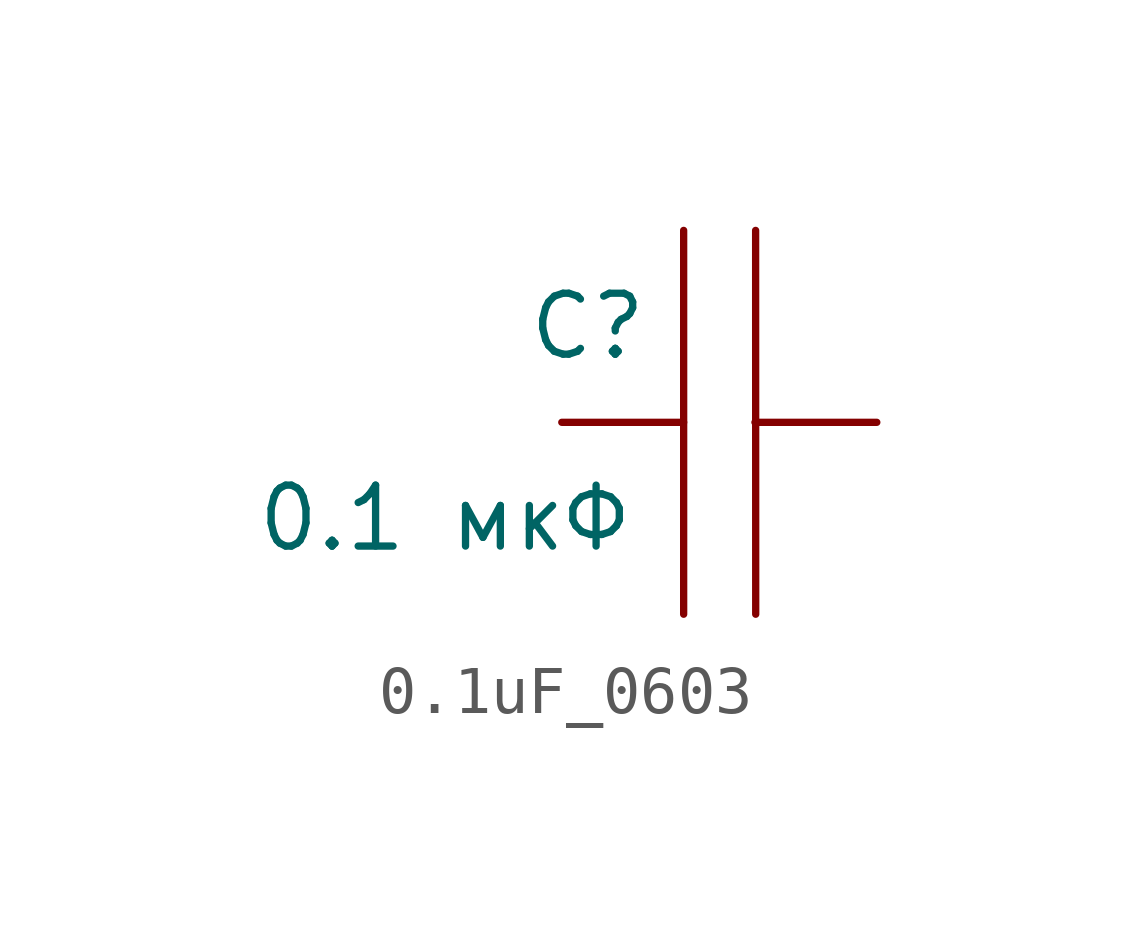
<source format=kicad_sym>
(kicad_symbol_lib
  (version 20231120)
  (generator "kicad_symbol_editor")
  (generator_version "8.0")
  (symbol "0.1uF_0603"
    (property "Reference" "C"
      (at -2 2 0)
      (effects (font (size 1.27 1.27))))
    (property "Value" "0.1 мкФ"
      (at -5 -2 0)
      (effects (font (size 1.27 1.27))))
    (symbol "0.1uF_0603_0_1"
      (polyline (pts (xy 0 4) (xy 0 -4)) (stroke (width 0) (type default)) (fill (type none)))
      (polyline (pts (xy 1.5 4) (xy 1.502 -4)) (stroke (width 0) (type default)) (fill (type none))))
    (symbol "0.1uF_0603_1_1"
      (pin input line (at 0 0 180) (length 2.54) (name "" (effects (font (size 1.27 1.27)))) (number "" (effects (font (size 1.27 1.27)))))
      (pin input line (at 1.486 -0.0001 0) (length 2.54) (name "" (effects (font (size 1.27 1.27)))) (number "" (effects (font (size 1.27 1.27))))))))
</source>
